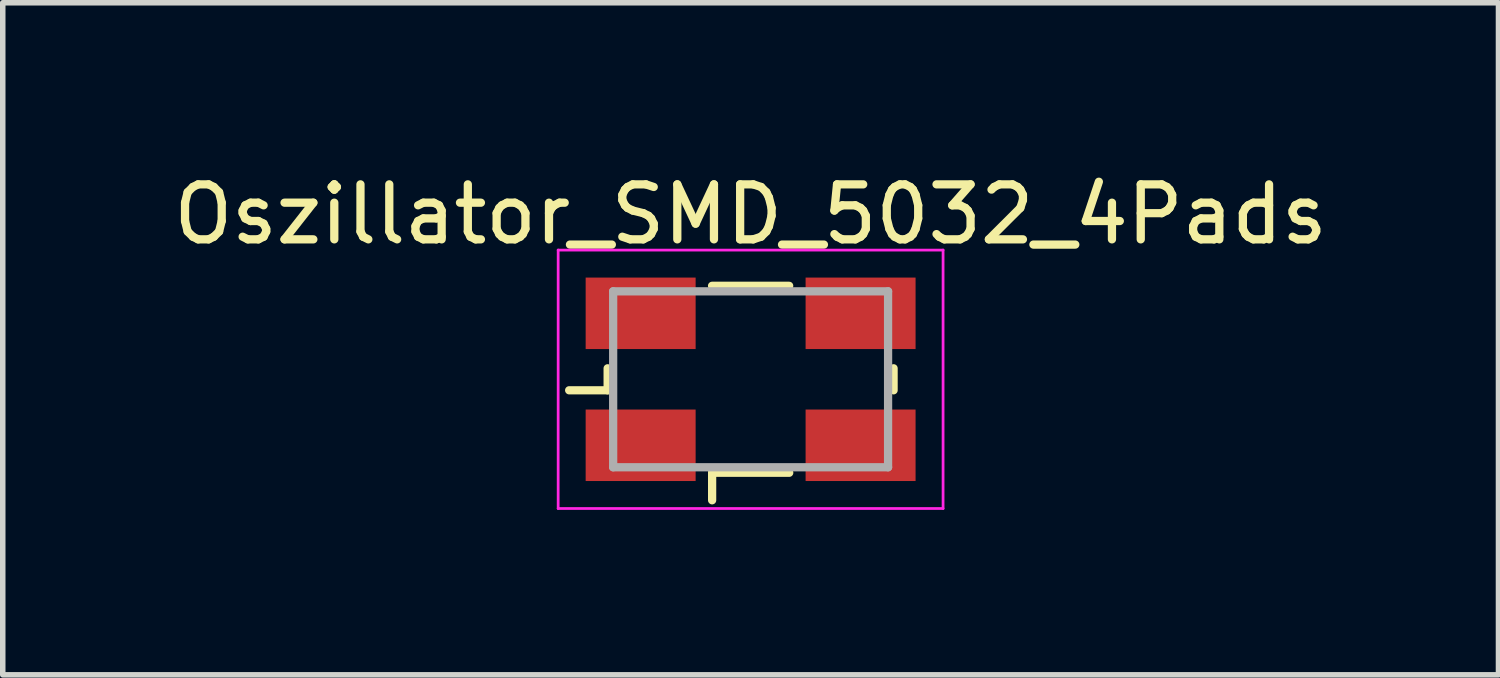
<source format=kicad_pcb>
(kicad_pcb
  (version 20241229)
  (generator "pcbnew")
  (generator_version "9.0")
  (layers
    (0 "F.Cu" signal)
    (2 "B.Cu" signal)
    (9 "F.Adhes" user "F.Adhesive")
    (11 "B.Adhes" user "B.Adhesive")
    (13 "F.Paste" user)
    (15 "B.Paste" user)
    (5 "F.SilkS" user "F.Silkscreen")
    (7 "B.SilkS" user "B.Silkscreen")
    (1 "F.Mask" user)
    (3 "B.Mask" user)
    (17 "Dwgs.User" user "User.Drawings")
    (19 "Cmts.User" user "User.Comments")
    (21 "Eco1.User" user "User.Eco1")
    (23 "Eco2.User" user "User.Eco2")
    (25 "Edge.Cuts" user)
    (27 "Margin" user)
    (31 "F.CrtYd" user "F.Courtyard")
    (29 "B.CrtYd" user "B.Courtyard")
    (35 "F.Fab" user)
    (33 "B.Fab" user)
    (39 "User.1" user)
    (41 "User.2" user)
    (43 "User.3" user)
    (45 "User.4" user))
  (footprint "Oszillator_SMD_5032_4Pads"
    (layer "F.Cu")
    (at 10.601 3.848)
    (property "Reference" "Oszillator_SMD_5032_4Pads" (at 0 -3 0) (layer "F.SilkS") (effects (font (size 1 1) (thickness 0.15))))
    (attr smd)
    (fp_line (start -2.6 0.2) (end -3.3 0.2) (stroke (width 0.15) (type solid)) (layer "F.SilkS"))
    (fp_line (start -2.6 0.2) (end -2.6 -0.2) (stroke (width 0.15) (type solid)) (layer "F.SilkS"))
    (fp_line (start -0.701 -1.7) (end 0.701 -1.7) (stroke (width 0.15) (type solid)) (layer "F.SilkS"))
    (fp_line (start -0.7 1.7) (end -0.7 2.2) (stroke (width 0.15) (type solid)) (layer "F.SilkS"))
    (fp_line (start 0.702 1.7) (end -0.7 1.7) (stroke (width 0.15) (type solid)) (layer "F.SilkS"))
    (fp_line (start 2.6 0.2) (end 2.6 -0.2) (stroke (width 0.15) (type solid)) (layer "F.SilkS"))
    (fp_line (start -3.5 -2.35) (end -3.5 2.35) (stroke (width 0.05) (type solid)) (layer "F.CrtYd"))
    (fp_line (start -3.5 2.35) (end 3.5 2.35) (stroke (width 0.05) (type solid)) (layer "F.CrtYd"))
    (fp_line (start 3.5 -2.35) (end -3.5 -2.35) (stroke (width 0.05) (type solid)) (layer "F.CrtYd"))
    (fp_line (start 3.5 2.35) (end 3.5 -2.35) (stroke (width 0.05) (type solid)) (layer "F.CrtYd"))
    (fp_line (start -2.5 -1.6) (end -2.5 1.6) (stroke (width 0.15) (type solid)) (layer "F.Fab"))
    (fp_line (start -2.5 1.6) (end 2.5 1.6) (stroke (width 0.15) (type solid)) (layer "F.Fab"))
    (fp_line (start 2.5 -1.6) (end -2.5 -1.6) (stroke (width 0.15) (type solid)) (layer "F.Fab"))
    (fp_line (start 2.5 1.6) (end 2.5 -1.6) (stroke (width 0.15) (type solid)) (layer "F.Fab"))
    (pad "1" smd rect (at -2 1.2) (size 2 1.3) (layers "F.Cu" "F.Mask" "F.Paste"))
    (pad "2" smd rect (at 2 1.2) (size 2 1.3) (layers "F.Cu" "F.Mask" "F.Paste"))
    (pad "3" smd rect (at 2 -1.2) (size 2 1.3) (layers "F.Cu" "F.Mask" "F.Paste"))
    (pad "4" smd rect (at -2 -1.2) (size 2 1.3) (layers "F.Cu" "F.Mask" "F.Paste")))
  (gr_rect
    (start -3 -3)
    (end 24.202 9.223)
    (stroke (width 0.1) (type default))
    (fill no)
    (layer "Edge.Cuts")))
</source>
